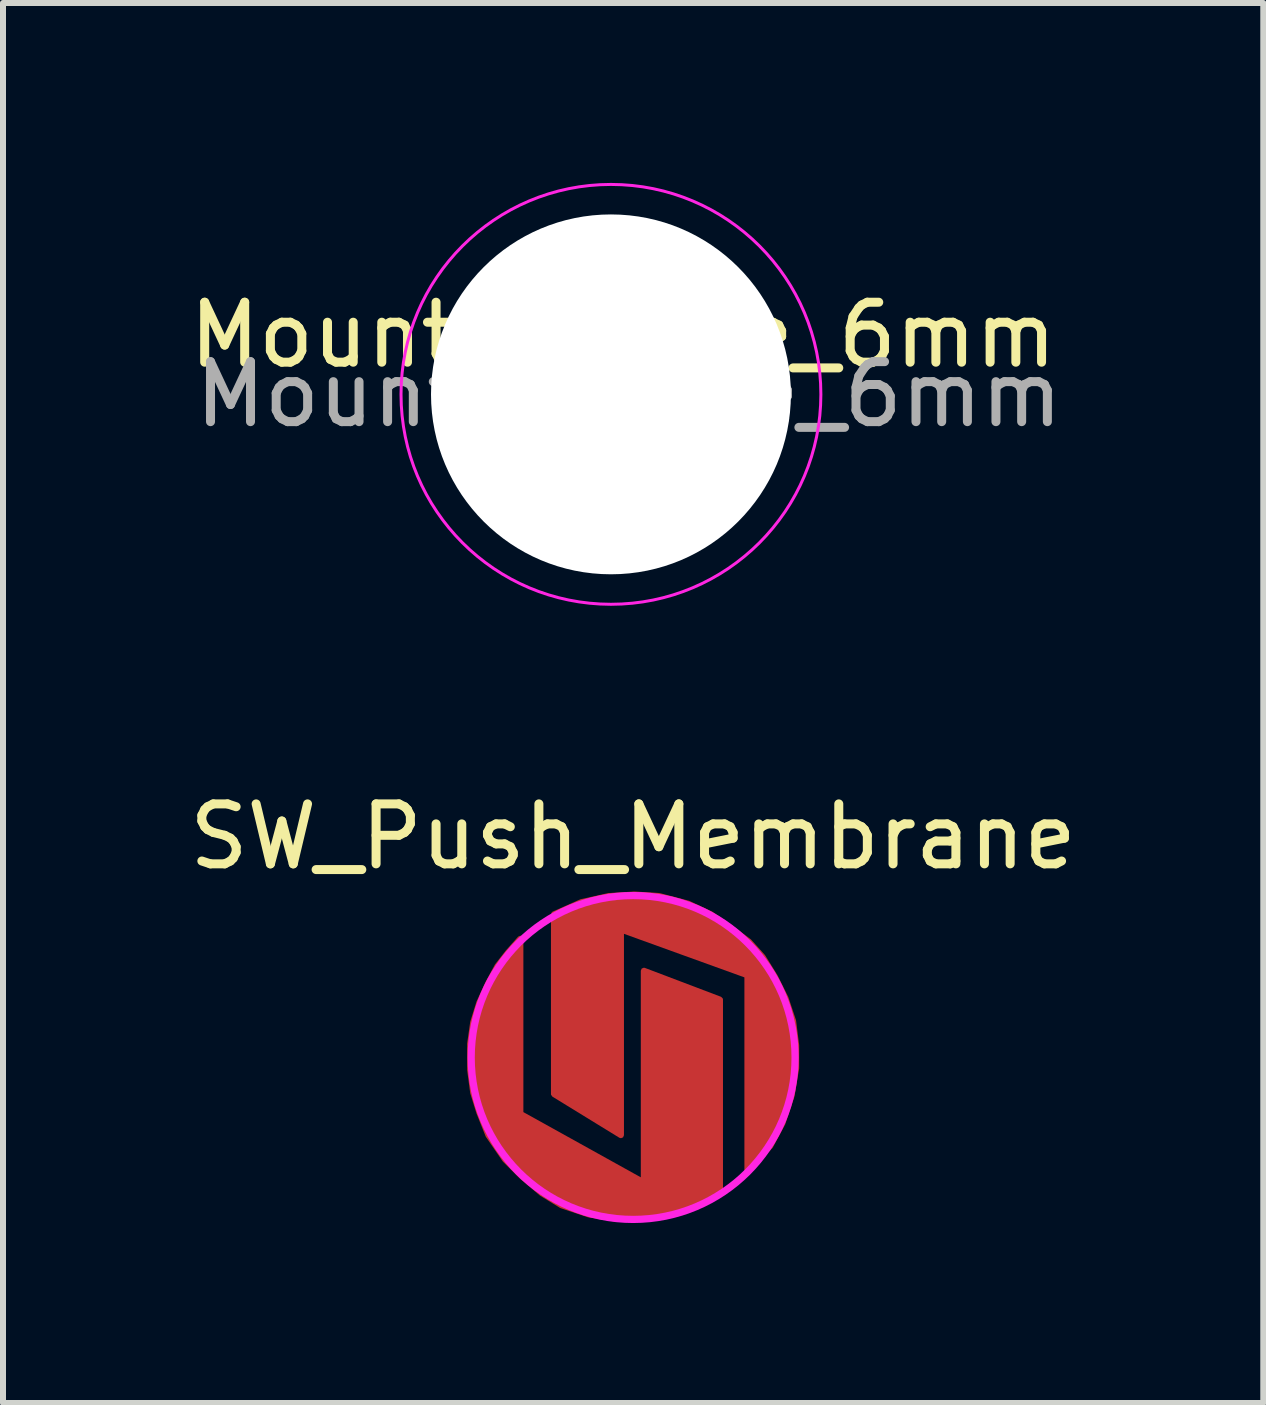
<source format=kicad_pcb>
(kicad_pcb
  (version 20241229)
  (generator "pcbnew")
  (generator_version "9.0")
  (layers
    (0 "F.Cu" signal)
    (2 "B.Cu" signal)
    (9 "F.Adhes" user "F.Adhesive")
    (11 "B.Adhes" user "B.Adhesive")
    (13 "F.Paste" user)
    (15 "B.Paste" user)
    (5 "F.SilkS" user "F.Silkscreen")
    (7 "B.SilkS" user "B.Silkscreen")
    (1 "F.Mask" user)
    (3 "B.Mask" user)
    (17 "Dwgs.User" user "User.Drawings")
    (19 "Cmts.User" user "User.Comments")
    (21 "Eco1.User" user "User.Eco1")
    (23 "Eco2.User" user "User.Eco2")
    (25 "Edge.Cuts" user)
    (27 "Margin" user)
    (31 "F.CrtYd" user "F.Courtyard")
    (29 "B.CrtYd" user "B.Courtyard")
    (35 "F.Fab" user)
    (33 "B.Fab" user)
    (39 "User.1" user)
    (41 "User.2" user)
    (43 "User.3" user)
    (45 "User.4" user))
  (footprint "SW_Push_Membrane"
    (layer "F.Cu")
    (at 7.506 14.581)
    (property "Reference" "SW_Push_Membrane" (at 0 -3.683 0) (layer "F.SilkS") (effects (font (size 1 1) (thickness 0.15))))
    (attr through_hole)
    (fp_poly (pts (xy 1.105 -2.464) (xy 1.905 -1.93) (xy 2.642 -0.737) (xy 2.642 0.61) (xy 2.184 1.575) (xy 1.372 2.261) (xy 0.381 2.642) (xy -0.635 2.616) (xy -1.626 2.159) (xy -2.413 1.27) (xy -2.743 0) (xy -2.591 -0.94) (xy -2.083 -1.753) (xy -1.321 -2.388) (xy -0.14 -2.718)) (stroke (width 0.1) (type solid)) (fill yes) (layer "F.Mask"))
    (fp_circle (center 0 0) (end 2.7 0) (stroke (width 0.12) (type solid)) (fill no) (layer "F.CrtYd"))
    (pad "1" smd custom (at -2.286 -0.025) (size 0.7 0.7) (layers "F.Cu" "F.Mask" "F.Paste") (options (anchor circle)) (primitives (gr_poly (pts (xy 0.406 0.965) (xy 2.464 2.108) (xy 2.464 -1.422) (xy 3.734 -0.94) (xy 3.734 2.261) (xy 3.531 2.413) (xy 3.226 2.54) (xy 2.87 2.642) (xy 2.489 2.718) (xy 2.032 2.718) (xy 1.549 2.642) (xy 1.092 2.489) (xy 0.762 2.286) (xy 0.432 2.007) (xy 0.152 1.727) (xy -0.127 1.321) (xy -0.279 0.94) (xy -0.381 0.61) (xy -0.432 0.229) (xy -0.432 -0.203) (xy -0.381 -0.559) (xy -0.279 -0.889) (xy -0.127 -1.219) (xy 0.025 -1.499) (xy 0.203 -1.727) (xy 0.406 -1.956)) (width 0.1) (fill yes))))
    (pad "2" smd custom (at 2.261 -0.025) (size 0.7 0.7) (layers "F.Cu" "F.Mask" "F.Paste") (options (anchor circle)) (primitives (gr_poly (pts (xy -1.829 -2.667) (xy -1.346 -2.54) (xy -0.965 -2.362) (xy -0.635 -2.134) (xy -0.33 -1.905) (xy -0.102 -1.651) (xy 0.102 -1.321) (xy 0.279 -0.965) (xy 0.406 -0.584) (xy 0.457 -0.178) (xy 0.457 0.203) (xy 0.381 0.66) (xy 0.229 1.118) (xy 0.025 1.499) (xy -0.356 1.905) (xy -0.356 -1.346) (xy -2.464 -2.108) (xy -2.464 1.321) (xy -3.581 0.635) (xy -3.581 -2.362) (xy -3.124 -2.565) (xy -2.667 -2.667) (xy -2.235 -2.692)) (width 0.1) (fill yes)))))
  (footprint "MountingHole_6mm"
    (layer "F.Cu")
    (at 7.136 3.525)
    (property "Reference" "MountingHole_6mm" (at 0.203 -0.991 0) (layer "F.SilkS") (effects (font (size 1 1) (thickness 0.15))))
    (attr exclude_from_pos_files exclude_from_bom)
    (fp_circle (center 0 0) (end 3.5 0) (stroke (width 0.05) (type solid)) (fill no) (layer "F.CrtYd"))
    (fp_text user "${REFERENCE}" (at 0.3 0 0) (layer "F.Fab") (effects (font (size 1 1) (thickness 0.15))))
    (pad "" np_thru_hole circle (at 0 0) (size 6 6) (drill 6) (layers "*.Cu" "*.Mask")))
  (gr_rect
    (start -3 -3)
    (end 18.012 20.341)
    (stroke (width 0.1) (type default))
    (fill no)
    (layer "Edge.Cuts")))
</source>
